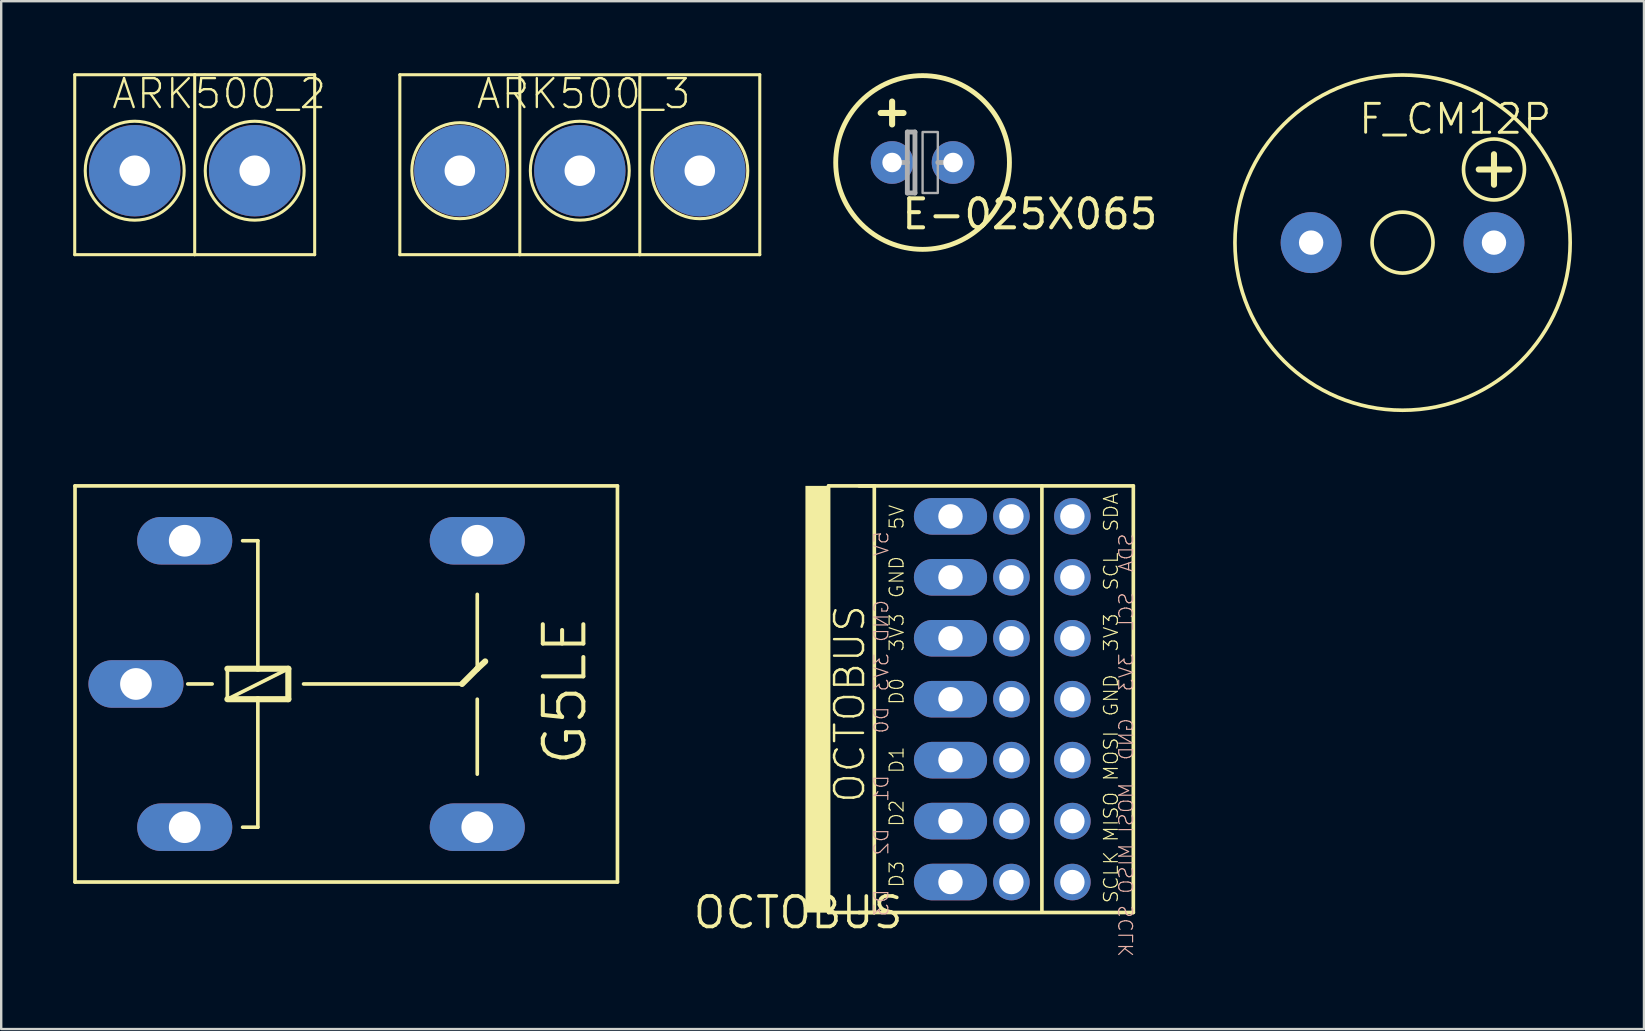
<source format=kicad_pcb>
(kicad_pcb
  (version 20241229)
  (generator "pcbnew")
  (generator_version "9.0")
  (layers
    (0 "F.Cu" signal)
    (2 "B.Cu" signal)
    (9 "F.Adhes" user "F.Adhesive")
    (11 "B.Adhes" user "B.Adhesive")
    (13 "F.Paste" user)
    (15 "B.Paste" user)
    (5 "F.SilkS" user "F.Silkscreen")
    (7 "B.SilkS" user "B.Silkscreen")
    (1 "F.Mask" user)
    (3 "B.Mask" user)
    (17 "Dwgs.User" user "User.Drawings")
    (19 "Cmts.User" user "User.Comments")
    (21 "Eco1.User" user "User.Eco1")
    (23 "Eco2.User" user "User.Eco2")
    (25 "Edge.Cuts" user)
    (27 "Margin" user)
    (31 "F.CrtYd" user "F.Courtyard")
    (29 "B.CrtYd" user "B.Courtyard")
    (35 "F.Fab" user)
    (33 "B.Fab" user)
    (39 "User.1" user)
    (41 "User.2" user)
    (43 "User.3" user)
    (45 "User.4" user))
  (footprint "OCTOBUS"
    (layer "F.Cu")
    (at 30.211 34.979)
    (property "Reference" "OCTOBUS" (at 0 0 0) (layer "F.SilkS") (effects (font (size 1.27 1.27) (thickness 0.15))))
    (attr through_hole)
    (fp_line (start 1.27 -17.78) (end 1.27 0) (stroke (width 0.152) (type solid)) (layer "F.SilkS"))
    (fp_line (start 1.27 0) (end 2.54 0) (stroke (width 0.152) (type solid)) (layer "F.SilkS"))
    (fp_line (start 2.54 -17.78) (end 3.175 -17.78) (stroke (width 0.152) (type solid)) (layer "F.SilkS"))
    (fp_line (start 2.54 0) (end 3.175 0) (stroke (width 0.152) (type solid)) (layer "F.SilkS"))
    (fp_line (start 2.54 0) (end 3.175 0) (stroke (width 0.152) (type solid)) (layer "F.SilkS"))
    (fp_line (start 3.175 -17.78) (end 1.27 -17.78) (stroke (width 0.152) (type solid)) (layer "F.SilkS"))
    (fp_line (start 3.175 -17.78) (end 3.175 0) (stroke (width 0.152) (type solid)) (layer "F.SilkS"))
    (fp_line (start 3.175 -17.78) (end 13.97 -17.78) (stroke (width 0.152) (type solid)) (layer "F.SilkS"))
    (fp_line (start 3.175 0) (end 13.97 0) (stroke (width 0.152) (type solid)) (layer "F.SilkS"))
    (fp_line (start 10.16 -17.78) (end 10.16 -0.051) (stroke (width 0.152) (type solid)) (layer "F.SilkS"))
    (fp_line (start 13.97 -17.78) (end 13.97 0) (stroke (width 0.152) (type solid)) (layer "F.SilkS"))
    (fp_poly (pts (xy 1.27 -17.78) (xy 0.305 -17.78) (xy 0.305 0) (xy 1.27 0)) (stroke (width 0) (type solid)) (fill yes) (layer "F.SilkS"))
    (fp_text user "MISO" (at 12.7 -2.905 90) (layer "F.SilkS") (effects (font (size 0.579 0.579) (thickness 0.049)) (justify left top)))
    (fp_text user "SCL" (at 12.7 -13.383 90) (layer "F.SilkS") (effects (font (size 0.579 0.579) (thickness 0.049)) (justify left top)))
    (fp_text user "3V3" (at 12.7 -10.842 90) (layer "F.SilkS") (effects (font (size 0.579 0.579) (thickness 0.049)) (justify left top)))
    (fp_text user "MOSI" (at 12.7 -5.445 90) (layer "F.SilkS") (effects (font (size 0.579 0.579) (thickness 0.049)) (justify left top)))
    (fp_text user "5V" (at 4.445 -15.922 90) (layer "F.SilkS") (effects (font (size 0.579 0.579) (thickness 0.049)) (justify left bottom)))
    (fp_text user "SCLK" (at 12.7 -0.352 90) (layer "F.SilkS") (effects (font (size 0.579 0.579) (thickness 0.049)) (justify left top)))
    (fp_text user "D1" (at 4.445 -5.763 90) (layer "F.SilkS") (effects (font (size 0.579 0.579) (thickness 0.049)) (justify left bottom)))
    (fp_text user "GND" (at 12.7 -8.137 90) (layer "F.SilkS") (effects (font (size 0.579 0.579) (thickness 0.049)) (justify left top)))
    (fp_text user "D0" (at 4.445 -8.62 90) (layer "F.SilkS") (effects (font (size 0.579 0.579) (thickness 0.049)) (justify left bottom)))
    (fp_text user "D2" (at 4.445 -3.54 90) (layer "F.SilkS") (effects (font (size 0.579 0.579) (thickness 0.049)) (justify left bottom)))
    (fp_text user "3V3" (at 4.445 -10.842 90) (layer "F.SilkS") (effects (font (size 0.579 0.579) (thickness 0.049)) (justify left bottom)))
    (fp_text user "GND" (at 4.445 -13.065 90) (layer "F.SilkS") (effects (font (size 0.579 0.579) (thickness 0.049)) (justify left bottom)))
    (fp_text user "OCTOBUS" (at 2.857 -4.492 90) (layer "F.SilkS") (effects (font (size 1.206 1.206) (thickness 0.102)) (justify left bottom)))
    (fp_text user "SDA" (at 12.7 -15.834 90) (layer "F.SilkS") (effects (font (size 0.579 0.579) (thickness 0.049)) (justify left top)))
    (fp_text user "D3" (at 4.445 -1 90) (layer "F.SilkS") (effects (font (size 0.579 0.579) (thickness 0.049)) (justify left bottom)))
    (fp_text user "MISO" (at 13.335 -2.905 270) (layer "B.SilkS") (effects (font (size 0.579 0.579) (thickness 0.049)) (justify left top mirror)))
    (fp_text user "D3" (at 3.81 -1 270) (layer "B.SilkS") (effects (font (size 0.579 0.579) (thickness 0.049)) (justify left bottom mirror)))
    (fp_text user "SCLK" (at 13.335 -0.352 270) (layer "B.SilkS") (effects (font (size 0.579 0.579) (thickness 0.049)) (justify left top mirror)))
    (fp_text user "SCL" (at 13.335 -13.383 270) (layer "B.SilkS") (effects (font (size 0.579 0.579) (thickness 0.049)) (justify left top mirror)))
    (fp_text user "D0" (at 3.81 -8.62 270) (layer "B.SilkS") (effects (font (size 0.579 0.579) (thickness 0.049)) (justify left bottom mirror)))
    (fp_text user "MOSI" (at 13.335 -5.445 270) (layer "B.SilkS") (effects (font (size 0.579 0.579) (thickness 0.049)) (justify left top mirror)))
    (fp_text user "GND" (at 3.81 -13.065 270) (layer "B.SilkS") (effects (font (size 0.579 0.579) (thickness 0.049)) (justify left bottom mirror)))
    (fp_text user "SDA" (at 13.335 -15.834 270) (layer "B.SilkS") (effects (font (size 0.579 0.579) (thickness 0.049)) (justify left top mirror)))
    (fp_text user "3V3" (at 3.81 -10.842 270) (layer "B.SilkS") (effects (font (size 0.579 0.579) (thickness 0.049)) (justify left bottom mirror)))
    (fp_text user "D2" (at 3.81 -3.54 270) (layer "B.SilkS") (effects (font (size 0.579 0.579) (thickness 0.049)) (justify left bottom mirror)))
    (fp_text user "GND" (at 13.335 -8.137 270) (layer "B.SilkS") (effects (font (size 0.579 0.579) (thickness 0.049)) (justify left top mirror)))
    (fp_text user "D1" (at 3.81 -5.763 270) (layer "B.SilkS") (effects (font (size 0.579 0.579) (thickness 0.049)) (justify left bottom mirror)))
    (fp_text user "3V3" (at 13.335 -10.842 270) (layer "B.SilkS") (effects (font (size 0.579 0.579) (thickness 0.049)) (justify left top mirror)))
    (fp_text user "5V" (at 3.81 -15.922 270) (layer "B.SilkS") (effects (font (size 0.579 0.579) (thickness 0.049)) (justify left bottom mirror)))
    (pad "3V3" thru_hole circle (at 8.89 -11.43) (size 1.524 1.524) (drill 1.016) (layers "*.Cu" "*.Mask"))
    (pad "3V3_2" thru_hole circle (at 11.43 -11.43) (size 1.524 1.524) (drill 1.016) (layers "*.Cu" "*.Mask"))
    (pad "3V3_AUX" thru_hole oval (at 6.35 -11.43) (size 3.048 1.524) (drill 1.016) (layers "*.Cu" "*.Mask"))
    (pad "5V" thru_hole circle (at 8.89 -16.51) (size 1.524 1.524) (drill 1.016) (layers "*.Cu" "*.Mask"))
    (pad "5V_AUX" thru_hole oval (at 6.35 -16.51) (size 3.048 1.524) (drill 1.016) (layers "*.Cu" "*.Mask"))
    (pad "D0" thru_hole circle (at 8.89 -8.89) (size 1.524 1.524) (drill 1.016) (layers "*.Cu" "*.Mask"))
    (pad "D0_AUX" thru_hole oval (at 6.35 -8.89) (size 3.048 1.524) (drill 1.016) (layers "*.Cu" "*.Mask"))
    (pad "D1" thru_hole circle (at 8.89 -6.35) (size 1.524 1.524) (drill 1.016) (layers "*.Cu" "*.Mask"))
    (pad "D1_AUX" thru_hole oval (at 6.35 -6.35) (size 3.048 1.524) (drill 1.016) (layers "*.Cu" "*.Mask"))
    (pad "D2" thru_hole circle (at 8.89 -3.81) (size 1.524 1.524) (drill 1.016) (layers "*.Cu" "*.Mask"))
    (pad "D2_AUX" thru_hole oval (at 6.35 -3.81) (size 3.048 1.524) (drill 1.016) (layers "*.Cu" "*.Mask"))
    (pad "D3" thru_hole circle (at 8.89 -1.27) (size 1.524 1.524) (drill 1.016) (layers "*.Cu" "*.Mask"))
    (pad "D3_AUX" thru_hole oval (at 6.35 -1.27) (size 3.048 1.524) (drill 1.016) (layers "*.Cu" "*.Mask"))
    (pad "GND" thru_hole circle (at 8.89 -13.97) (size 1.524 1.524) (drill 1.016) (layers "*.Cu" "*.Mask"))
    (pad "GND_2" thru_hole circle (at 11.43 -8.89) (size 1.524 1.524) (drill 1.016) (layers "*.Cu" "*.Mask"))
    (pad "GND_AUX" thru_hole oval (at 6.35 -13.97) (size 3.048 1.524) (drill 1.016) (layers "*.Cu" "*.Mask"))
    (pad "I2C_SCL" thru_hole circle (at 11.43 -13.97) (size 1.524 1.524) (drill 1.016) (layers "*.Cu" "*.Mask"))
    (pad "I2C_SDA" thru_hole circle (at 11.43 -16.51) (size 1.524 1.524) (drill 1.016) (layers "*.Cu" "*.Mask"))
    (pad "SPI_MISO" thru_hole circle (at 11.43 -3.81) (size 1.524 1.524) (drill 1.016) (layers "*.Cu" "*.Mask"))
    (pad "SPI_MOSI" thru_hole circle (at 11.43 -6.35) (size 1.524 1.524) (drill 1.016) (layers "*.Cu" "*.Mask"))
    (pad "SPI_SCLK" thru_hole circle (at 11.43 -1.27) (size 1.524 1.524) (drill 1.016) (layers "*.Cu" "*.Mask")))
  (footprint "E-025X065"
    (layer "F.Cu")
    (at 35.398 3.722)
    (property "Reference" "E-025X065" (at -0.953 2.857 0) (layer "F.SilkS") (effects (font (size 1.206 1.206) (thickness 0.169)) (justify left bottom)))
    (attr through_hole)
    (fp_line (start -1.746 -2.064) (end -0.794 -2.064) (stroke (width 0.254) (type solid)) (layer "F.SilkS"))
    (fp_line (start -1.27 -2.54) (end -1.27 -1.587) (stroke (width 0.254) (type solid)) (layer "F.SilkS"))
    (fp_circle (center 0 0) (end 3.62 0) (stroke (width 0.203) (type solid)) (fill no) (layer "F.SilkS"))
    (fp_line (start -0.635 -1.27) (end -0.318 -1.27) (stroke (width 0.203) (type solid)) (layer "F.Fab"))
    (fp_line (start -0.635 0) (end -1.27 0) (stroke (width 0.203) (type solid)) (layer "F.Fab"))
    (fp_line (start -0.635 0) (end -0.635 -1.27) (stroke (width 0.203) (type solid)) (layer "F.Fab"))
    (fp_line (start -0.635 1.27) (end -0.635 0) (stroke (width 0.203) (type solid)) (layer "F.Fab"))
    (fp_line (start -0.318 -1.27) (end -0.318 1.27) (stroke (width 0.203) (type solid)) (layer "F.Fab"))
    (fp_line (start -0.318 1.27) (end -0.635 1.27) (stroke (width 0.203) (type solid)) (layer "F.Fab"))
    (fp_line (start 0.635 0) (end 1.27 0) (stroke (width 0.203) (type solid)) (layer "F.Fab"))
    (fp_poly (pts (xy 0 1.27) (xy 0.635 1.27) (xy 0.635 -1.27) (xy 0 -1.27)) (stroke (width 0.1) (type solid)) (fill no) (layer "F.Fab"))
    (pad "+" thru_hole circle (at -1.27 0) (size 1.778 1.778) (drill 0.813) (layers "*.Cu" "*.Mask"))
    (pad "-" thru_hole circle (at 1.27 0) (size 1.778 1.778) (drill 0.813) (layers "*.Cu" "*.Mask")))
  (footprint "F_CM12P"
    (layer "F.Cu")
    (at 55.401 7.061)
    (property "Reference" "F_CM12P" (at -1.905 -4.445 0) (layer "F.SilkS") (effects (font (size 1.206 1.206) (thickness 0.121)) (justify left bottom)))
    (attr through_hole)
    (fp_line (start 3.175 -3.048) (end 4.445 -3.048) (stroke (width 0.254) (type solid)) (layer "F.SilkS"))
    (fp_line (start 3.81 -3.683) (end 3.81 -2.413) (stroke (width 0.254) (type solid)) (layer "F.SilkS"))
    (fp_circle (center 0 0) (end 1.27 0) (stroke (width 0.152) (type solid)) (fill no) (layer "F.SilkS"))
    (fp_circle (center 0 0) (end 6.985 0) (stroke (width 0.152) (type solid)) (fill no) (layer "F.SilkS"))
    (fp_circle (center 3.81 -3.048) (end 5.08 -3.048) (stroke (width 0.152) (type solid)) (fill no) (layer "F.SilkS"))
    (pad "+" thru_hole circle (at 3.81 0) (size 2.54 2.54) (drill 1.016) (layers "*.Cu" "*.Mask"))
    (pad "-" thru_hole circle (at -3.81 0) (size 2.54 2.54) (drill 1.016) (layers "*.Cu" "*.Mask")))
  (footprint "ARK500_2"
    (layer "F.Cu")
    (at 2.564 4.064)
    (property "Reference" "ARK500_2" (at -1.025 -2.5 0) (layer "F.SilkS") (effects (font (size 1.206 1.206) (thickness 0.097)) (justify left bottom)))
    (attr through_hole)
    (fp_line (start -2.5 -4) (end 2.5 -4) (stroke (width 0.127) (type solid)) (layer "F.SilkS"))
    (fp_line (start -2.5 3.5) (end -2.5 -4) (stroke (width 0.127) (type solid)) (layer "F.SilkS"))
    (fp_line (start 2.5 -4) (end 2.5 3.5) (stroke (width 0.127) (type solid)) (layer "F.SilkS"))
    (fp_line (start 2.5 -4) (end 7.5 -4) (stroke (width 0.127) (type solid)) (layer "F.SilkS"))
    (fp_line (start 2.5 3.5) (end -2.5 3.5) (stroke (width 0.127) (type solid)) (layer "F.SilkS"))
    (fp_line (start 7.5 -4) (end 7.5 3.5) (stroke (width 0.127) (type solid)) (layer "F.SilkS"))
    (fp_line (start 7.5 3.5) (end 2.5 3.5) (stroke (width 0.127) (type solid)) (layer "F.SilkS"))
    (fp_circle (center 0 0) (end 2.062 0) (stroke (width 0.127) (type solid)) (fill no) (layer "F.SilkS"))
    (fp_circle (center 5 0) (end 7.061 0) (stroke (width 0.127) (type solid)) (fill no) (layer "F.SilkS"))
    (pad "1" thru_hole circle (at 0 0) (size 3.81 3.81) (drill 1.27) (layers "*.Cu" "*.Mask"))
    (pad "2" thru_hole circle (at 5 0) (size 3.81 3.81) (drill 1.27) (layers "*.Cu" "*.Mask")))
  (footprint "ARK500_3"
    (layer "F.Cu")
    (at 16.113 4.064)
    (property "Reference" "ARK500_3" (at 0.618 -2.5 0) (layer "F.SilkS") (effects (font (size 1.206 1.206) (thickness 0.097)) (justify left bottom)))
    (attr through_hole)
    (fp_line (start -2.5 -4) (end 2.5 -4) (stroke (width 0.127) (type solid)) (layer "F.SilkS"))
    (fp_line (start -2.5 3.5) (end -2.5 -4) (stroke (width 0.127) (type solid)) (layer "F.SilkS"))
    (fp_line (start 2.5 -4) (end 2.5 3.5) (stroke (width 0.127) (type solid)) (layer "F.SilkS"))
    (fp_line (start 2.5 -4) (end 7.5 -4) (stroke (width 0.127) (type solid)) (layer "F.SilkS"))
    (fp_line (start 2.5 3.5) (end -2.5 3.5) (stroke (width 0.127) (type solid)) (layer "F.SilkS"))
    (fp_line (start 7.5 -4) (end 7.5 3.5) (stroke (width 0.127) (type solid)) (layer "F.SilkS"))
    (fp_line (start 7.5 -4) (end 12.5 -4) (stroke (width 0.127) (type solid)) (layer "F.SilkS"))
    (fp_line (start 7.5 3.5) (end 2.5 3.5) (stroke (width 0.127) (type solid)) (layer "F.SilkS"))
    (fp_line (start 12.5 -4) (end 12.5 3.5) (stroke (width 0.127) (type solid)) (layer "F.SilkS"))
    (fp_line (start 12.5 3.5) (end 7.5 3.5) (stroke (width 0.127) (type solid)) (layer "F.SilkS"))
    (fp_circle (center 0 0) (end 2 0) (stroke (width 0.127) (type solid)) (fill no) (layer "F.SilkS"))
    (fp_circle (center 5 0) (end 7.061 0) (stroke (width 0.127) (type solid)) (fill no) (layer "F.SilkS"))
    (fp_circle (center 10 0) (end 12 0) (stroke (width 0.127) (type solid)) (fill no) (layer "F.SilkS"))
    (pad "1" thru_hole circle (at 0 0) (size 3.81 3.81) (drill 1.27) (layers "*.Cu" "*.Mask"))
    (pad "2" thru_hole circle (at 5 0) (size 3.81 3.81) (drill 1.27) (layers "*.Cu" "*.Mask"))
    (pad "3" thru_hole circle (at 10 0) (size 3.81 3.81) (drill 1.27) (layers "*.Cu" "*.Mask")))
  (footprint "G5LE"
    (layer "F.Cu")
    (at 12.141 25.454)
    (property "Reference" "G5LE" (at 9.335 3.493 90) (layer "F.SilkS") (effects (font (size 1.689 1.689) (thickness 0.169)) (justify left bottom)))
    (attr through_hole)
    (fp_line (start -12.065 -8.255) (end -12.065 8.255) (stroke (width 0.152) (type solid)) (layer "F.SilkS"))
    (fp_line (start -12.065 -8.255) (end 10.541 -8.255) (stroke (width 0.152) (type solid)) (layer "F.SilkS"))
    (fp_line (start -7.366 0) (end -6.35 0) (stroke (width 0.152) (type solid)) (layer "F.SilkS"))
    (fp_line (start -5.715 -0.635) (end -5.715 0.635) (stroke (width 0.152) (type solid)) (layer "F.SilkS"))
    (fp_line (start -5.715 0.635) (end -4.445 0.635) (stroke (width 0.254) (type solid)) (layer "F.SilkS"))
    (fp_line (start -5.715 0.635) (end -3.175 -0.635) (stroke (width 0.152) (type solid)) (layer "F.SilkS"))
    (fp_line (start -5.08 -5.969) (end -4.445 -5.969) (stroke (width 0.152) (type solid)) (layer "F.SilkS"))
    (fp_line (start -4.445 -5.969) (end -4.445 -0.635) (stroke (width 0.152) (type solid)) (layer "F.SilkS"))
    (fp_line (start -4.445 -0.635) (end -5.715 -0.635) (stroke (width 0.254) (type solid)) (layer "F.SilkS"))
    (fp_line (start -4.445 0.635) (end -4.445 5.969) (stroke (width 0.152) (type solid)) (layer "F.SilkS"))
    (fp_line (start -4.445 0.635) (end -3.175 0.635) (stroke (width 0.254) (type solid)) (layer "F.SilkS"))
    (fp_line (start -4.445 5.969) (end -5.08 5.969) (stroke (width 0.152) (type solid)) (layer "F.SilkS"))
    (fp_line (start -3.175 -0.635) (end -4.445 -0.635) (stroke (width 0.254) (type solid)) (layer "F.SilkS"))
    (fp_line (start -3.175 0.635) (end -3.175 -0.635) (stroke (width 0.254) (type solid)) (layer "F.SilkS"))
    (fp_line (start -2.54 0) (end 4.064 0) (stroke (width 0.152) (type solid)) (layer "F.SilkS"))
    (fp_line (start 4.064 0) (end 4.699 -0.635) (stroke (width 0.254) (type solid)) (layer "F.SilkS"))
    (fp_line (start 4.699 -3.734) (end 4.699 -0.635) (stroke (width 0.152) (type solid)) (layer "F.SilkS"))
    (fp_line (start 4.699 -0.635) (end 5.029 -0.94) (stroke (width 0.254) (type solid)) (layer "F.SilkS"))
    (fp_line (start 4.699 0.635) (end 4.699 3.759) (stroke (width 0.152) (type solid)) (layer "F.SilkS"))
    (fp_line (start 10.541 8.255) (end -12.065 8.255) (stroke (width 0.152) (type solid)) (layer "F.SilkS"))
    (fp_line (start 10.541 8.255) (end 10.541 -8.255) (stroke (width 0.152) (type solid)) (layer "F.SilkS"))
    (pad "1" thru_hole oval (at -7.493 5.969) (size 3.962 1.981) (drill 1.321) (layers "*.Cu" "*.Mask"))
    (pad "2" thru_hole oval (at -7.493 -5.969) (size 3.962 1.981) (drill 1.321) (layers "*.Cu" "*.Mask"))
    (pad "O" thru_hole oval (at 4.699 -5.969) (size 3.962 1.981) (drill 1.321) (layers "*.Cu" "*.Mask"))
    (pad "P" thru_hole oval (at -9.525 0) (size 3.962 1.981) (drill 1.321) (layers "*.Cu" "*.Mask"))
    (pad "S" thru_hole oval (at 4.699 5.969) (size 3.962 1.981) (drill 1.321) (layers "*.Cu" "*.Mask")))
  (gr_rect
    (start -3 -3)
    (end 65.462 39.835)
    (stroke (width 0.1) (type default))
    (fill no)
    (layer "Edge.Cuts")))
</source>
